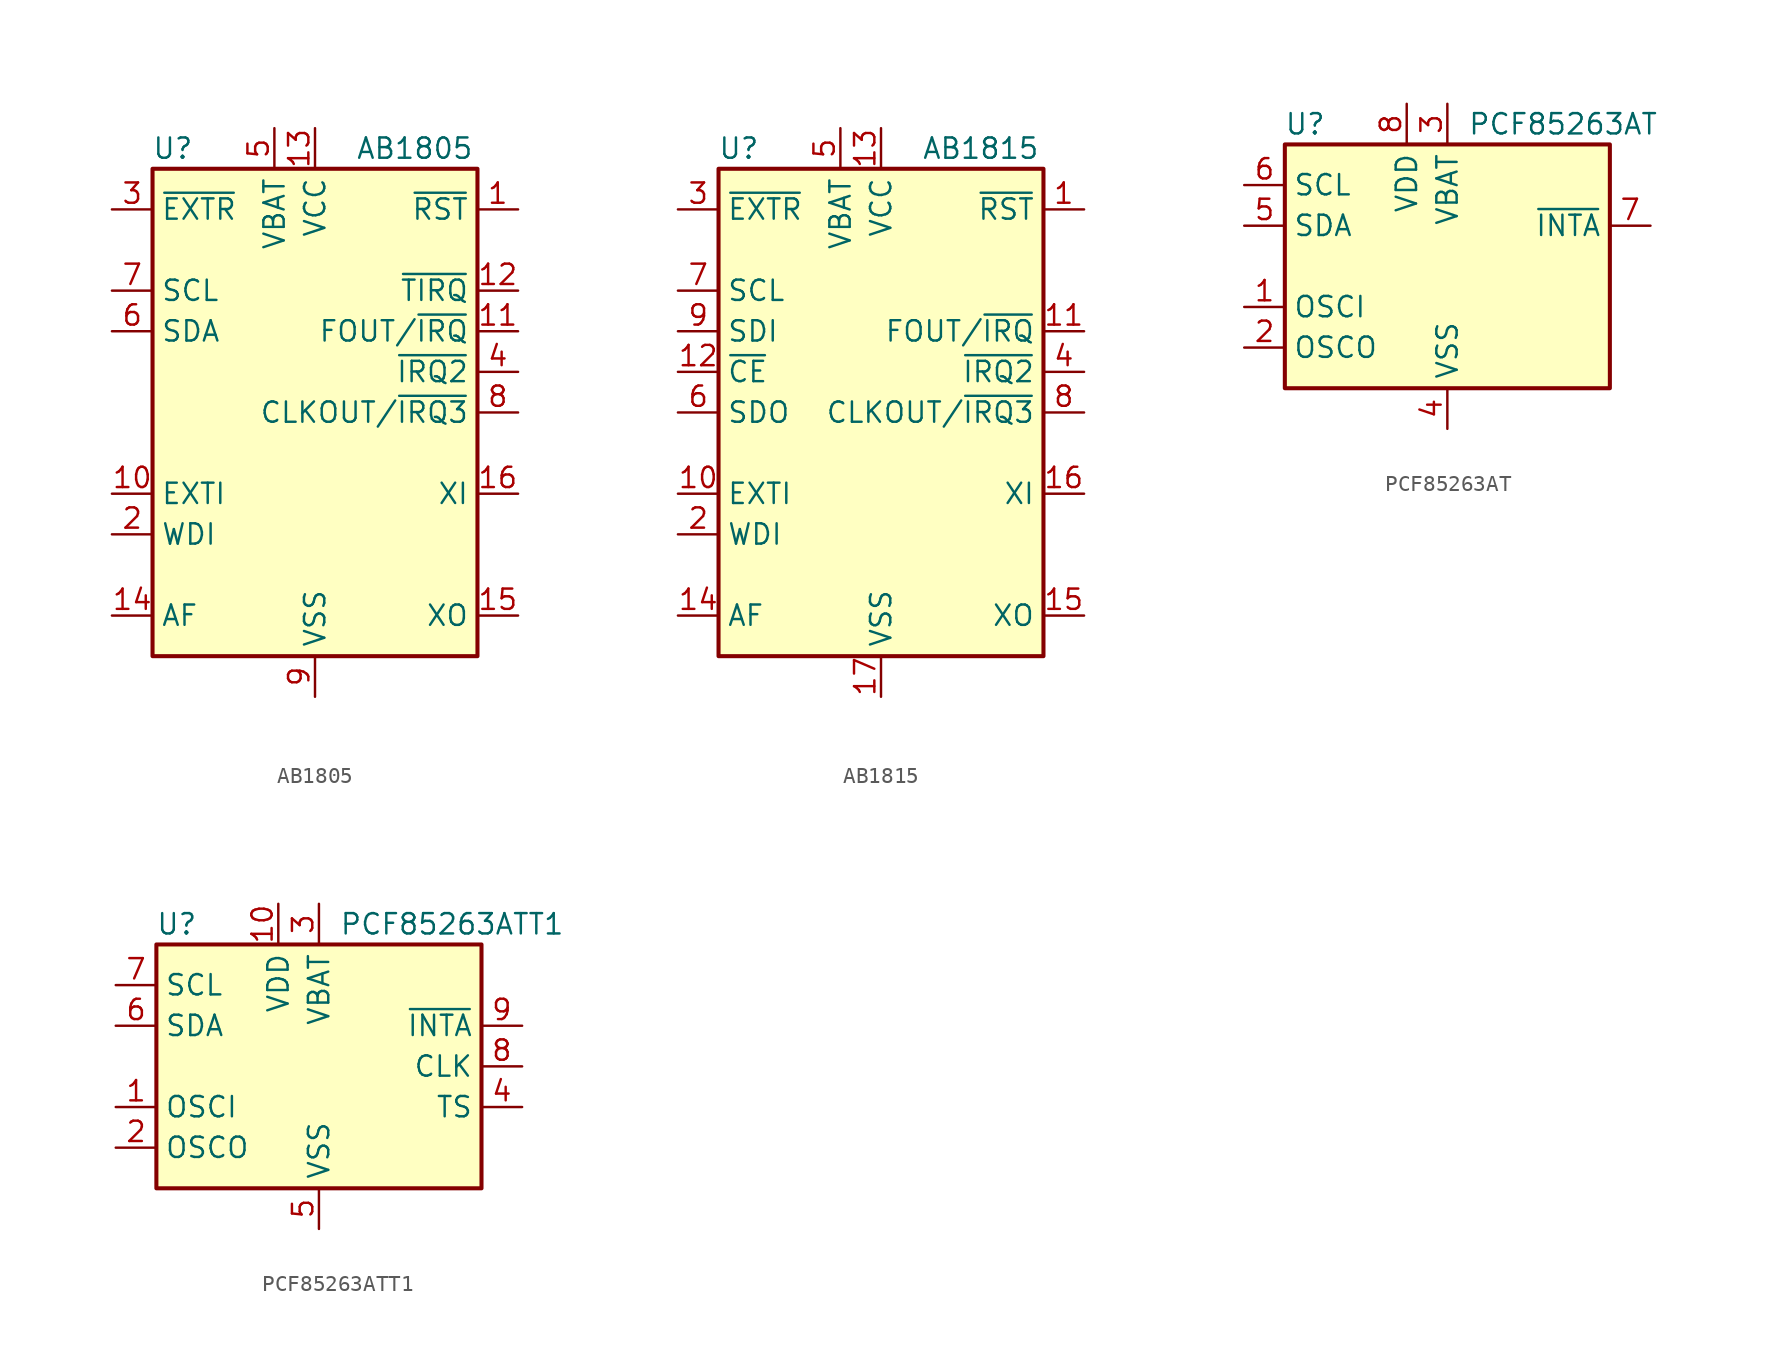
<source format=kicad_sym>
(kicad_symbol_lib
  (version 20201005)
  (generator kicad_symbol_editor)
  (symbol "AB1805"
    (property "Reference" "U"
      (at -8.89 16.51 0)
      (effects (font (size 1.27 1.27))))
    (property "Value" "AB1805"
      (at 2.54 16.51 0)
      (effects (font (size 1.27 1.27)) (justify left)))
    (symbol "AB1805_0_1"
      (rectangle (start -10.16 15.24) (end 10.16 -15.24) (stroke (width 0.254)) (fill (type background))))
    (symbol "AB1805_1_1"
      (pin open_collector line (at 12.7 12.7 180) (length 2.54) (name "~RST" (effects (font (size 1.27 1.27)))) (number "1" (effects (font (size 1.27 1.27)))))
      (pin input line (at -12.7 -5.08 0) (length 2.54) (name "EXTI" (effects (font (size 1.27 1.27)))) (number "10" (effects (font (size 1.27 1.27)))))
      (pin open_collector line (at 12.7 5.08 180) (length 2.54) (name "FOUT/~IRQ" (effects (font (size 1.27 1.27)))) (number "11" (effects (font (size 1.27 1.27)))))
      (pin open_collector line (at 12.7 7.62 180) (length 2.54) (name "~TIRQ" (effects (font (size 1.27 1.27)))) (number "12" (effects (font (size 1.27 1.27)))))
      (pin power_in line (at 0 17.78 270) (length 2.54) (name "VCC" (effects (font (size 1.27 1.27)))) (number "13" (effects (font (size 1.27 1.27)))))
      (pin passive line (at -12.7 -12.7 0) (length 2.54) (name "AF" (effects (font (size 1.27 1.27)))) (number "14" (effects (font (size 1.27 1.27)))))
      (pin output line (at 12.7 -12.7 180) (length 2.54) (name "XO" (effects (font (size 1.27 1.27)))) (number "15" (effects (font (size 1.27 1.27)))))
      (pin input line (at 12.7 -5.08 180) (length 2.54) (name "XI" (effects (font (size 1.27 1.27)))) (number "16" (effects (font (size 1.27 1.27)))))
      (pin passive line (at 0 -17.78 90) (length 2.54) hide (name "VSS" (effects (font (size 1.27 1.27)))) (number "17" (effects (font (size 1.27 1.27)))))
      (pin input line (at -12.7 -7.62 0) (length 2.54) (name "WDI" (effects (font (size 1.27 1.27)))) (number "2" (effects (font (size 1.27 1.27)))))
      (pin input line (at -12.7 12.7 0) (length 2.54) (name "~EXTR" (effects (font (size 1.27 1.27)))) (number "3" (effects (font (size 1.27 1.27)))))
      (pin open_collector line (at 12.7 2.54 180) (length 2.54) (name "~IRQ2" (effects (font (size 1.27 1.27)))) (number "4" (effects (font (size 1.27 1.27)))))
      (pin power_in line (at -2.54 17.78 270) (length 2.54) (name "VBAT" (effects (font (size 1.27 1.27)))) (number "5" (effects (font (size 1.27 1.27)))))
      (pin bidirectional line (at -12.7 5.08 0) (length 2.54) (name "SDA" (effects (font (size 1.27 1.27)))) (number "6" (effects (font (size 1.27 1.27)))))
      (pin input line (at -12.7 7.62 0) (length 2.54) (name "SCL" (effects (font (size 1.27 1.27)))) (number "7" (effects (font (size 1.27 1.27)))))
      (pin output line (at 12.7 0 180) (length 2.54) (name "CLKOUT/~IRQ3" (effects (font (size 1.27 1.27)))) (number "8" (effects (font (size 1.27 1.27)))))
      (pin power_in line (at 0 -17.78 90) (length 2.54) (name "VSS" (effects (font (size 1.27 1.27)))) (number "9" (effects (font (size 1.27 1.27)))))))
  (symbol "AB1815"
    (property "Reference" "U"
      (at -8.89 16.51 0)
      (effects (font (size 1.27 1.27))))
    (property "Value" "AB1815"
      (at 2.54 16.51 0)
      (effects (font (size 1.27 1.27)) (justify left)))
    (symbol "AB1815_0_1"
      (rectangle (start -10.16 15.24) (end 10.16 -15.24) (stroke (width 0.254)) (fill (type background))))
    (symbol "AB1815_1_1"
      (pin open_collector line (at 12.7 12.7 180) (length 2.54) (name "~RST" (effects (font (size 1.27 1.27)))) (number "1" (effects (font (size 1.27 1.27)))))
      (pin input line (at -12.7 -5.08 0) (length 2.54) (name "EXTI" (effects (font (size 1.27 1.27)))) (number "10" (effects (font (size 1.27 1.27)))))
      (pin open_collector line (at 12.7 5.08 180) (length 2.54) (name "FOUT/~IRQ" (effects (font (size 1.27 1.27)))) (number "11" (effects (font (size 1.27 1.27)))))
      (pin input line (at -12.7 2.54 0) (length 2.54) (name "~CE" (effects (font (size 1.27 1.27)))) (number "12" (effects (font (size 1.27 1.27)))))
      (pin power_in line (at 0 17.78 270) (length 2.54) (name "VCC" (effects (font (size 1.27 1.27)))) (number "13" (effects (font (size 1.27 1.27)))))
      (pin passive line (at -12.7 -12.7 0) (length 2.54) (name "AF" (effects (font (size 1.27 1.27)))) (number "14" (effects (font (size 1.27 1.27)))))
      (pin output line (at 12.7 -12.7 180) (length 2.54) (name "XO" (effects (font (size 1.27 1.27)))) (number "15" (effects (font (size 1.27 1.27)))))
      (pin input line (at 12.7 -5.08 180) (length 2.54) (name "XI" (effects (font (size 1.27 1.27)))) (number "16" (effects (font (size 1.27 1.27)))))
      (pin power_in line (at 0 -17.78 90) (length 2.54) (name "VSS" (effects (font (size 1.27 1.27)))) (number "17" (effects (font (size 1.27 1.27)))))
      (pin input line (at -12.7 -7.62 0) (length 2.54) (name "WDI" (effects (font (size 1.27 1.27)))) (number "2" (effects (font (size 1.27 1.27)))))
      (pin input line (at -12.7 12.7 0) (length 2.54) (name "~EXTR" (effects (font (size 1.27 1.27)))) (number "3" (effects (font (size 1.27 1.27)))))
      (pin open_collector line (at 12.7 2.54 180) (length 2.54) (name "~IRQ2" (effects (font (size 1.27 1.27)))) (number "4" (effects (font (size 1.27 1.27)))))
      (pin power_in line (at -2.54 17.78 270) (length 2.54) (name "VBAT" (effects (font (size 1.27 1.27)))) (number "5" (effects (font (size 1.27 1.27)))))
      (pin output line (at -12.7 0 0) (length 2.54) (name "SDO" (effects (font (size 1.27 1.27)))) (number "6" (effects (font (size 1.27 1.27)))))
      (pin input line (at -12.7 7.62 0) (length 2.54) (name "SCL" (effects (font (size 1.27 1.27)))) (number "7" (effects (font (size 1.27 1.27)))))
      (pin output line (at 12.7 0 180) (length 2.54) (name "CLKOUT/~IRQ3" (effects (font (size 1.27 1.27)))) (number "8" (effects (font (size 1.27 1.27)))))
      (pin input line (at -12.7 5.08 0) (length 2.54) (name "SDI" (effects (font (size 1.27 1.27)))) (number "9" (effects (font (size 1.27 1.27)))))))
  (symbol "PCF85263AT"
    (property "Reference" "U"
      (at -8.89 8.89 0)
      (effects (font (size 1.27 1.27))))
    (property "Value" "PCF85263AT"
      (at 1.27 8.89 0)
      (effects (font (size 1.27 1.27)) (justify left)))
    (symbol "PCF85263AT_0_1"
      (rectangle (start -10.16 7.62) (end 10.16 -7.62) (stroke (width 0.254)) (fill (type background))))
    (symbol "PCF85263AT_1_1"
      (pin input line (at -12.7 -2.54 0) (length 2.54) (name "OSCI" (effects (font (size 1.27 1.27)))) (number "1" (effects (font (size 1.27 1.27)))))
      (pin output line (at -12.7 -5.08 0) (length 2.54) (name "OSCO" (effects (font (size 1.27 1.27)))) (number "2" (effects (font (size 1.27 1.27)))))
      (pin power_in line (at 0 10.16 270) (length 2.54) (name "VBAT" (effects (font (size 1.27 1.27)))) (number "3" (effects (font (size 1.27 1.27)))))
      (pin power_in line (at 0 -10.16 90) (length 2.54) (name "VSS" (effects (font (size 1.27 1.27)))) (number "4" (effects (font (size 1.27 1.27)))))
      (pin bidirectional line (at -12.7 2.54 0) (length 2.54) (name "SDA" (effects (font (size 1.27 1.27)))) (number "5" (effects (font (size 1.27 1.27)))))
      (pin input line (at -12.7 5.08 0) (length 2.54) (name "SCL" (effects (font (size 1.27 1.27)))) (number "6" (effects (font (size 1.27 1.27)))))
      (pin open_collector line (at 12.7 2.54 180) (length 2.54) (name "~INTA" (effects (font (size 1.27 1.27)))) (number "7" (effects (font (size 1.27 1.27)))))
      (pin power_in line (at -2.54 10.16 270) (length 2.54) (name "VDD" (effects (font (size 1.27 1.27)))) (number "8" (effects (font (size 1.27 1.27)))))))
  (symbol "PCF85263ATT1"
    (property "Reference" "U"
      (at -8.89 8.89 0)
      (effects (font (size 1.27 1.27))))
    (property "Value" "PCF85263ATT1"
      (at 1.27 8.89 0)
      (effects (font (size 1.27 1.27)) (justify left)))
    (symbol "PCF85263ATT1_0_1"
      (rectangle (start -10.16 7.62) (end 10.16 -7.62) (stroke (width 0.254)) (fill (type background))))
    (symbol "PCF85263ATT1_1_1"
      (pin input line (at -12.7 -2.54 0) (length 2.54) (name "OSCI" (effects (font (size 1.27 1.27)))) (number "1" (effects (font (size 1.27 1.27)))))
      (pin power_in line (at -2.54 10.16 270) (length 2.54) (name "VDD" (effects (font (size 1.27 1.27)))) (number "10" (effects (font (size 1.27 1.27)))))
      (pin output line (at -12.7 -5.08 0) (length 2.54) (name "OSCO" (effects (font (size 1.27 1.27)))) (number "2" (effects (font (size 1.27 1.27)))))
      (pin power_in line (at 0 10.16 270) (length 2.54) (name "VBAT" (effects (font (size 1.27 1.27)))) (number "3" (effects (font (size 1.27 1.27)))))
      (pin bidirectional line (at 12.7 -2.54 180) (length 2.54) (name "TS" (effects (font (size 1.27 1.27)))) (number "4" (effects (font (size 1.27 1.27)))))
      (pin power_in line (at 0 -10.16 90) (length 2.54) (name "VSS" (effects (font (size 1.27 1.27)))) (number "5" (effects (font (size 1.27 1.27)))))
      (pin bidirectional line (at -12.7 2.54 0) (length 2.54) (name "SDA" (effects (font (size 1.27 1.27)))) (number "6" (effects (font (size 1.27 1.27)))))
      (pin input line (at -12.7 5.08 0) (length 2.54) (name "SCL" (effects (font (size 1.27 1.27)))) (number "7" (effects (font (size 1.27 1.27)))))
      (pin output line (at 12.7 0 180) (length 2.54) (name "CLK" (effects (font (size 1.27 1.27)))) (number "8" (effects (font (size 1.27 1.27)))))
      (pin open_collector line (at 12.7 2.54 180) (length 2.54) (name "~INTA" (effects (font (size 1.27 1.27)))) (number "9" (effects (font (size 1.27 1.27))))))))
</source>
